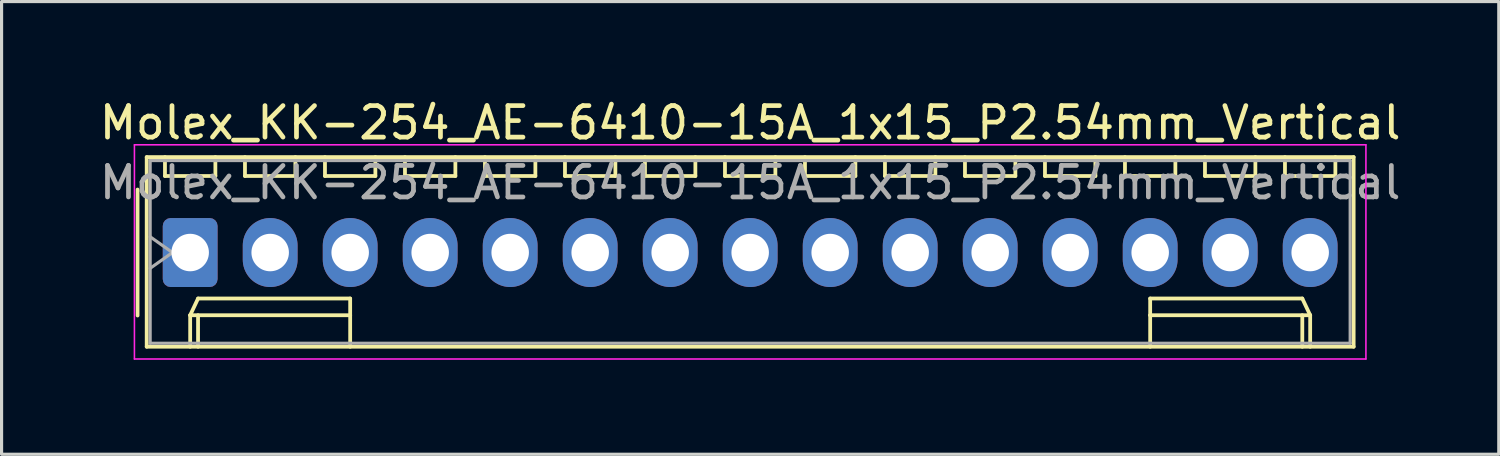
<source format=kicad_pcb>
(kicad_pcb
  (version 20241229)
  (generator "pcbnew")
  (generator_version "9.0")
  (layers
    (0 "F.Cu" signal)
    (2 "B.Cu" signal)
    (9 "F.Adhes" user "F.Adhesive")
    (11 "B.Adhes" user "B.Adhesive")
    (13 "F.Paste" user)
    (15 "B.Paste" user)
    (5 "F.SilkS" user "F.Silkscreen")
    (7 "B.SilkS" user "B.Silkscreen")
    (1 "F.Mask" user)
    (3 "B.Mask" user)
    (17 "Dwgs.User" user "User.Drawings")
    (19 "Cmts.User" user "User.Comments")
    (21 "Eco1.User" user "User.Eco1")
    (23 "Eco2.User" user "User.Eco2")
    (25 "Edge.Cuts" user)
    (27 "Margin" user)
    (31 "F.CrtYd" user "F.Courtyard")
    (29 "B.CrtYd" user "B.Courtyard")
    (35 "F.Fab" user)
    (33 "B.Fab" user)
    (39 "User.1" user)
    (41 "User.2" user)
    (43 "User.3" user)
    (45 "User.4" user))
  (footprint "Molex_KK-254_AE-6410-15A_1x15_P2.54mm_Vertical"
    (layer "F.Cu")
    (at 2.988 4.968)
    (property "Reference" "Molex_KK-254_AE-6410-15A_1x15_P2.54mm_Vertical" (at 17.78 -4.12 0) (layer "F.SilkS") (effects (font (size 1 1) (thickness 0.15))))
    (attr through_hole)
    (fp_line (start -1.67 -2) (end -1.67 2) (stroke (width 0.12) (type solid)) (layer "F.SilkS"))
    (fp_line (start -1.38 -3.03) (end -1.38 2.99) (stroke (width 0.12) (type solid)) (layer "F.SilkS"))
    (fp_line (start -1.38 2.99) (end 36.94 2.99) (stroke (width 0.12) (type solid)) (layer "F.SilkS"))
    (fp_line (start -0.8 -3.03) (end -0.8 -2.43) (stroke (width 0.12) (type solid)) (layer "F.SilkS"))
    (fp_line (start -0.8 -2.43) (end 0.8 -2.43) (stroke (width 0.12) (type solid)) (layer "F.SilkS"))
    (fp_line (start 0 1.99) (end 0.25 1.46) (stroke (width 0.12) (type solid)) (layer "F.SilkS"))
    (fp_line (start 0 1.99) (end 5.08 1.99) (stroke (width 0.12) (type solid)) (layer "F.SilkS"))
    (fp_line (start 0 2.99) (end 0 1.99) (stroke (width 0.12) (type solid)) (layer "F.SilkS"))
    (fp_line (start 0.25 1.46) (end 5.08 1.46) (stroke (width 0.12) (type solid)) (layer "F.SilkS"))
    (fp_line (start 0.25 2.99) (end 0.25 1.99) (stroke (width 0.12) (type solid)) (layer "F.SilkS"))
    (fp_line (start 0.8 -2.43) (end 0.8 -3.03) (stroke (width 0.12) (type solid)) (layer "F.SilkS"))
    (fp_line (start 1.74 -3.03) (end 1.74 -2.43) (stroke (width 0.12) (type solid)) (layer "F.SilkS"))
    (fp_line (start 1.74 -2.43) (end 3.34 -2.43) (stroke (width 0.12) (type solid)) (layer "F.SilkS"))
    (fp_line (start 3.34 -2.43) (end 3.34 -3.03) (stroke (width 0.12) (type solid)) (layer "F.SilkS"))
    (fp_line (start 4.28 -3.03) (end 4.28 -2.43) (stroke (width 0.12) (type solid)) (layer "F.SilkS"))
    (fp_line (start 4.28 -2.43) (end 5.88 -2.43) (stroke (width 0.12) (type solid)) (layer "F.SilkS"))
    (fp_line (start 5.08 1.46) (end 5.08 1.99) (stroke (width 0.12) (type solid)) (layer "F.SilkS"))
    (fp_line (start 5.08 1.99) (end 5.08 2.99) (stroke (width 0.12) (type solid)) (layer "F.SilkS"))
    (fp_line (start 5.88 -2.43) (end 5.88 -3.03) (stroke (width 0.12) (type solid)) (layer "F.SilkS"))
    (fp_line (start 6.82 -3.03) (end 6.82 -2.43) (stroke (width 0.12) (type solid)) (layer "F.SilkS"))
    (fp_line (start 6.82 -2.43) (end 8.42 -2.43) (stroke (width 0.12) (type solid)) (layer "F.SilkS"))
    (fp_line (start 8.42 -2.43) (end 8.42 -3.03) (stroke (width 0.12) (type solid)) (layer "F.SilkS"))
    (fp_line (start 9.36 -3.03) (end 9.36 -2.43) (stroke (width 0.12) (type solid)) (layer "F.SilkS"))
    (fp_line (start 9.36 -2.43) (end 10.96 -2.43) (stroke (width 0.12) (type solid)) (layer "F.SilkS"))
    (fp_line (start 10.96 -2.43) (end 10.96 -3.03) (stroke (width 0.12) (type solid)) (layer "F.SilkS"))
    (fp_line (start 11.9 -3.03) (end 11.9 -2.43) (stroke (width 0.12) (type solid)) (layer "F.SilkS"))
    (fp_line (start 11.9 -2.43) (end 13.5 -2.43) (stroke (width 0.12) (type solid)) (layer "F.SilkS"))
    (fp_line (start 13.5 -2.43) (end 13.5 -3.03) (stroke (width 0.12) (type solid)) (layer "F.SilkS"))
    (fp_line (start 14.44 -3.03) (end 14.44 -2.43) (stroke (width 0.12) (type solid)) (layer "F.SilkS"))
    (fp_line (start 14.44 -2.43) (end 16.04 -2.43) (stroke (width 0.12) (type solid)) (layer "F.SilkS"))
    (fp_line (start 16.04 -2.43) (end 16.04 -3.03) (stroke (width 0.12) (type solid)) (layer "F.SilkS"))
    (fp_line (start 16.98 -3.03) (end 16.98 -2.43) (stroke (width 0.12) (type solid)) (layer "F.SilkS"))
    (fp_line (start 16.98 -2.43) (end 18.58 -2.43) (stroke (width 0.12) (type solid)) (layer "F.SilkS"))
    (fp_line (start 18.58 -2.43) (end 18.58 -3.03) (stroke (width 0.12) (type solid)) (layer "F.SilkS"))
    (fp_line (start 19.52 -3.03) (end 19.52 -2.43) (stroke (width 0.12) (type solid)) (layer "F.SilkS"))
    (fp_line (start 19.52 -2.43) (end 21.12 -2.43) (stroke (width 0.12) (type solid)) (layer "F.SilkS"))
    (fp_line (start 21.12 -2.43) (end 21.12 -3.03) (stroke (width 0.12) (type solid)) (layer "F.SilkS"))
    (fp_line (start 22.06 -3.03) (end 22.06 -2.43) (stroke (width 0.12) (type solid)) (layer "F.SilkS"))
    (fp_line (start 22.06 -2.43) (end 23.66 -2.43) (stroke (width 0.12) (type solid)) (layer "F.SilkS"))
    (fp_line (start 23.66 -2.43) (end 23.66 -3.03) (stroke (width 0.12) (type solid)) (layer "F.SilkS"))
    (fp_line (start 24.6 -3.03) (end 24.6 -2.43) (stroke (width 0.12) (type solid)) (layer "F.SilkS"))
    (fp_line (start 24.6 -2.43) (end 26.2 -2.43) (stroke (width 0.12) (type solid)) (layer "F.SilkS"))
    (fp_line (start 26.2 -2.43) (end 26.2 -3.03) (stroke (width 0.12) (type solid)) (layer "F.SilkS"))
    (fp_line (start 27.14 -3.03) (end 27.14 -2.43) (stroke (width 0.12) (type solid)) (layer "F.SilkS"))
    (fp_line (start 27.14 -2.43) (end 28.74 -2.43) (stroke (width 0.12) (type solid)) (layer "F.SilkS"))
    (fp_line (start 28.74 -2.43) (end 28.74 -3.03) (stroke (width 0.12) (type solid)) (layer "F.SilkS"))
    (fp_line (start 29.68 -3.03) (end 29.68 -2.43) (stroke (width 0.12) (type solid)) (layer "F.SilkS"))
    (fp_line (start 29.68 -2.43) (end 31.28 -2.43) (stroke (width 0.12) (type solid)) (layer "F.SilkS"))
    (fp_line (start 30.48 1.46) (end 30.48 1.99) (stroke (width 0.12) (type solid)) (layer "F.SilkS"))
    (fp_line (start 30.48 1.99) (end 30.48 2.99) (stroke (width 0.12) (type solid)) (layer "F.SilkS"))
    (fp_line (start 31.28 -2.43) (end 31.28 -3.03) (stroke (width 0.12) (type solid)) (layer "F.SilkS"))
    (fp_line (start 32.22 -3.03) (end 32.22 -2.43) (stroke (width 0.12) (type solid)) (layer "F.SilkS"))
    (fp_line (start 32.22 -2.43) (end 33.82 -2.43) (stroke (width 0.12) (type solid)) (layer "F.SilkS"))
    (fp_line (start 33.82 -2.43) (end 33.82 -3.03) (stroke (width 0.12) (type solid)) (layer "F.SilkS"))
    (fp_line (start 34.76 -3.03) (end 34.76 -2.43) (stroke (width 0.12) (type solid)) (layer "F.SilkS"))
    (fp_line (start 34.76 -2.43) (end 36.36 -2.43) (stroke (width 0.12) (type solid)) (layer "F.SilkS"))
    (fp_line (start 35.31 1.46) (end 30.48 1.46) (stroke (width 0.12) (type solid)) (layer "F.SilkS"))
    (fp_line (start 35.31 2.99) (end 35.31 1.99) (stroke (width 0.12) (type solid)) (layer "F.SilkS"))
    (fp_line (start 35.56 1.99) (end 30.48 1.99) (stroke (width 0.12) (type solid)) (layer "F.SilkS"))
    (fp_line (start 35.56 1.99) (end 35.31 1.46) (stroke (width 0.12) (type solid)) (layer "F.SilkS"))
    (fp_line (start 35.56 2.99) (end 35.56 1.99) (stroke (width 0.12) (type solid)) (layer "F.SilkS"))
    (fp_line (start 36.36 -2.43) (end 36.36 -3.03) (stroke (width 0.12) (type solid)) (layer "F.SilkS"))
    (fp_line (start 36.94 -3.03) (end -1.38 -3.03) (stroke (width 0.12) (type solid)) (layer "F.SilkS"))
    (fp_line (start 36.94 2.99) (end 36.94 -3.03) (stroke (width 0.12) (type solid)) (layer "F.SilkS"))
    (fp_line (start -1.77 -3.42) (end -1.77 3.38) (stroke (width 0.05) (type solid)) (layer "F.CrtYd"))
    (fp_line (start -1.77 3.38) (end 37.33 3.38) (stroke (width 0.05) (type solid)) (layer "F.CrtYd"))
    (fp_line (start 37.33 -3.42) (end -1.77 -3.42) (stroke (width 0.05) (type solid)) (layer "F.CrtYd"))
    (fp_line (start 37.33 3.38) (end 37.33 -3.42) (stroke (width 0.05) (type solid)) (layer "F.CrtYd"))
    (fp_line (start -1.27 -2.92) (end -1.27 2.88) (stroke (width 0.1) (type solid)) (layer "F.Fab"))
    (fp_line (start -1.27 -0.5) (end -0.563 0) (stroke (width 0.1) (type solid)) (layer "F.Fab"))
    (fp_line (start -1.27 2.88) (end 36.83 2.88) (stroke (width 0.1) (type solid)) (layer "F.Fab"))
    (fp_line (start -0.563 0) (end -1.27 0.5) (stroke (width 0.1) (type solid)) (layer "F.Fab"))
    (fp_line (start 36.83 -2.92) (end -1.27 -2.92) (stroke (width 0.1) (type solid)) (layer "F.Fab"))
    (fp_line (start 36.83 2.88) (end 36.83 -2.92) (stroke (width 0.1) (type solid)) (layer "F.Fab"))
    (fp_text user "${REFERENCE}" (at 17.78 -2.22 0) (layer "F.Fab") (effects (font (size 1 1) (thickness 0.15))))
    (pad "1" thru_hole roundrect (at 0 0) (size 1.74 2.19) (drill 1.19) (layers "*.Cu" "*.Mask") (roundrect_rratio 0.144))
    (pad "2" thru_hole oval (at 2.54 0) (size 1.74 2.19) (drill 1.19) (layers "*.Cu" "*.Mask"))
    (pad "3" thru_hole oval (at 5.08 0) (size 1.74 2.19) (drill 1.19) (layers "*.Cu" "*.Mask"))
    (pad "4" thru_hole oval (at 7.62 0) (size 1.74 2.19) (drill 1.19) (layers "*.Cu" "*.Mask"))
    (pad "5" thru_hole oval (at 10.16 0) (size 1.74 2.19) (drill 1.19) (layers "*.Cu" "*.Mask"))
    (pad "6" thru_hole oval (at 12.7 0) (size 1.74 2.19) (drill 1.19) (layers "*.Cu" "*.Mask"))
    (pad "7" thru_hole oval (at 15.24 0) (size 1.74 2.19) (drill 1.19) (layers "*.Cu" "*.Mask"))
    (pad "8" thru_hole oval (at 17.78 0) (size 1.74 2.19) (drill 1.19) (layers "*.Cu" "*.Mask"))
    (pad "9" thru_hole oval (at 20.32 0) (size 1.74 2.19) (drill 1.19) (layers "*.Cu" "*.Mask"))
    (pad "10" thru_hole oval (at 22.86 0) (size 1.74 2.19) (drill 1.19) (layers "*.Cu" "*.Mask"))
    (pad "11" thru_hole oval (at 25.4 0) (size 1.74 2.19) (drill 1.19) (layers "*.Cu" "*.Mask"))
    (pad "12" thru_hole oval (at 27.94 0) (size 1.74 2.19) (drill 1.19) (layers "*.Cu" "*.Mask"))
    (pad "13" thru_hole oval (at 30.48 0) (size 1.74 2.19) (drill 1.19) (layers "*.Cu" "*.Mask"))
    (pad "14" thru_hole oval (at 33.02 0) (size 1.74 2.19) (drill 1.19) (layers "*.Cu" "*.Mask"))
    (pad "15" thru_hole oval (at 35.56 0) (size 1.74 2.19) (drill 1.19) (layers "*.Cu" "*.Mask")))
  (gr_rect
    (start -3 -3)
    (end 44.536 11.373)
    (stroke (width 0.1) (type default))
    (fill no)
    (layer "Edge.Cuts")))
</source>
